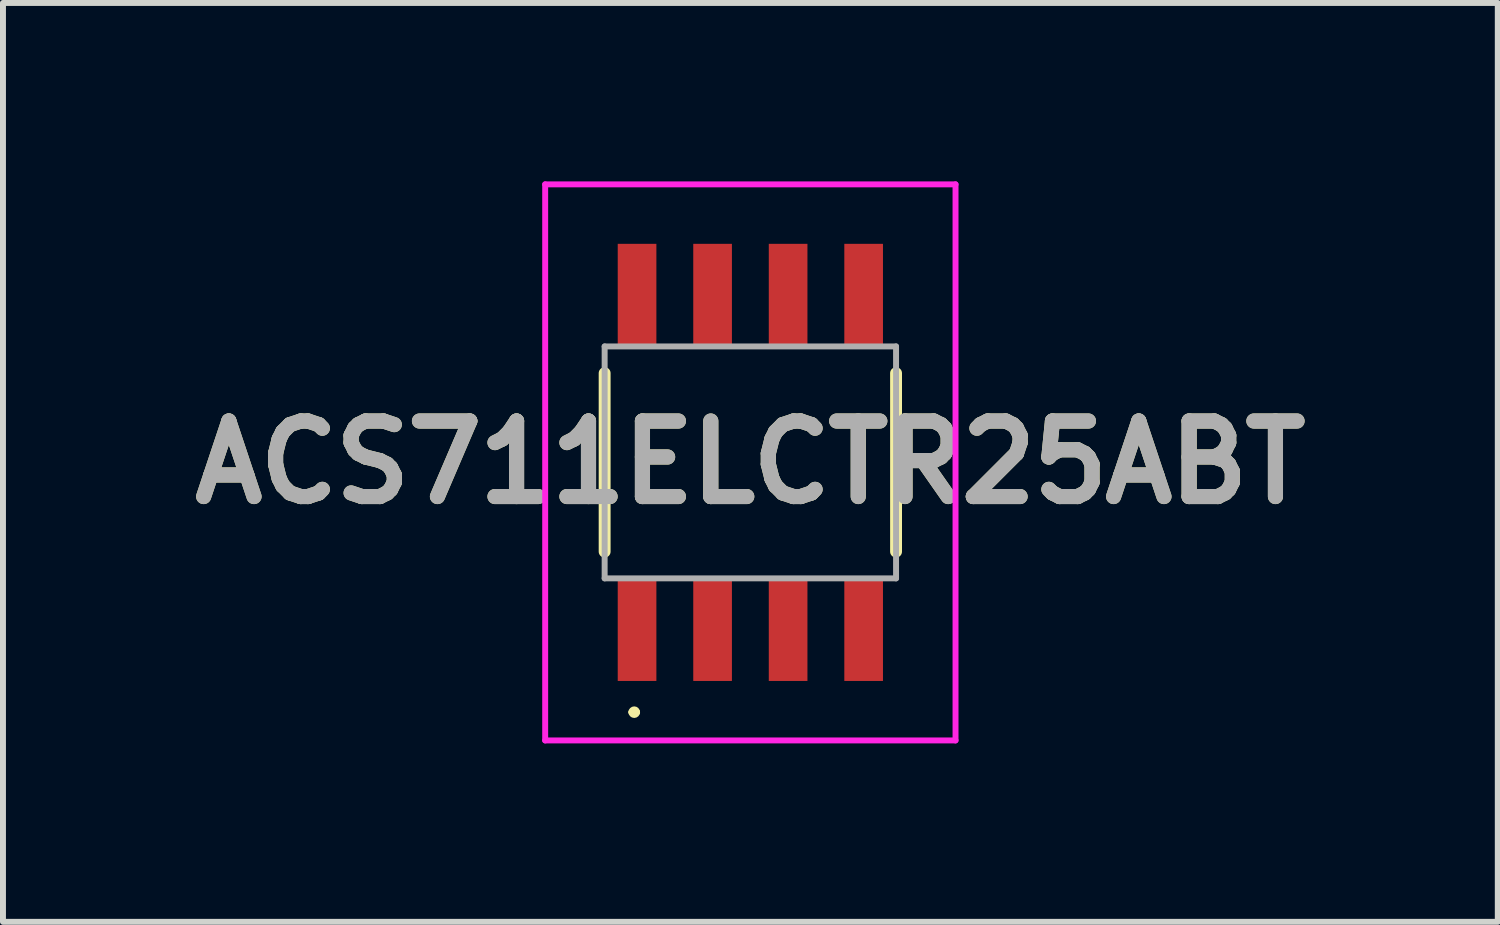
<source format=kicad_pcb>
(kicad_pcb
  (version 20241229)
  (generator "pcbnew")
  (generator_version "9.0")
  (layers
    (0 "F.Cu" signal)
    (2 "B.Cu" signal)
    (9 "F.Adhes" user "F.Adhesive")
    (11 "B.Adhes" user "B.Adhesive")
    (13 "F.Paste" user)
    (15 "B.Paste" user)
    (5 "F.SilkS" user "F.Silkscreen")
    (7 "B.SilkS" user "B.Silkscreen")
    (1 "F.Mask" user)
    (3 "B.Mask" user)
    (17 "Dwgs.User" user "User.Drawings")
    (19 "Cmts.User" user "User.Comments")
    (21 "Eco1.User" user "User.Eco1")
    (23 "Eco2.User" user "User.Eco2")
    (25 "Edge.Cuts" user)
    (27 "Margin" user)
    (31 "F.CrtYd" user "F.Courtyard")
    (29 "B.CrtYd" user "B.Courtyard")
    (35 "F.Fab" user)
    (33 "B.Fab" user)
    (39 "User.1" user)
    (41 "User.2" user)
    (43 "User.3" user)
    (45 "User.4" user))
  (footprint "ACS711ELCTR25ABT"
    (layer "F.Cu")
    (at 9.567 4.725)
    (property "Reference" "ACS711ELCTR25ABT" (at 0 0 0) (layer "F.SilkS") (effects (font (size 1.27 1.27) (thickness 0.254))))
    (attr smd)
    (fp_line (start -2.45 -1.5) (end -2.45 1.5) (stroke (width 0.2) (type solid)) (layer "F.SilkS"))
    (fp_line (start -2 4.2) (end -2 4.2) (stroke (width 0.1) (type solid)) (layer "F.SilkS"))
    (fp_line (start -1.905 4.2) (end -1.905 4.2) (stroke (width 0.1) (type solid)) (layer "F.SilkS"))
    (fp_line (start 2.45 -1.5) (end 2.45 1.5) (stroke (width 0.2) (type solid)) (layer "F.SilkS"))
    (fp_arc (start -2 4.2) (mid -1.9525 4.1525) (end -1.905 4.2) (stroke (width 0.1) (type solid)) (layer "F.SilkS"))
    (fp_arc (start -1.905 4.2) (mid -1.9525 4.2475) (end -2 4.2) (stroke (width 0.1) (type solid)) (layer "F.SilkS"))
    (fp_line (start -3.45 -4.675) (end 3.45 -4.675) (stroke (width 0.1) (type solid)) (layer "F.CrtYd"))
    (fp_line (start -3.45 4.675) (end -3.45 -4.675) (stroke (width 0.1) (type solid)) (layer "F.CrtYd"))
    (fp_line (start 3.45 -4.675) (end 3.45 4.675) (stroke (width 0.1) (type solid)) (layer "F.CrtYd"))
    (fp_line (start 3.45 4.675) (end -3.45 4.675) (stroke (width 0.1) (type solid)) (layer "F.CrtYd"))
    (fp_line (start -2.45 -1.95) (end 2.45 -1.95) (stroke (width 0.1) (type solid)) (layer "F.Fab"))
    (fp_line (start -2.45 1.95) (end -2.45 -1.95) (stroke (width 0.1) (type solid)) (layer "F.Fab"))
    (fp_line (start 2.45 -1.95) (end 2.45 1.95) (stroke (width 0.1) (type solid)) (layer "F.Fab"))
    (fp_line (start 2.45 1.95) (end -2.45 1.95) (stroke (width 0.1) (type solid)) (layer "F.Fab"))
    (fp_text user "${REFERENCE}" (at 0 0 0) (layer "F.Fab") (effects (font (size 1.27 1.27) (thickness 0.254))))
    (pad "1" smd rect (at -1.905 2.8) (size 0.65 1.75) (layers "F.Cu" "F.Mask" "F.Paste"))
    (pad "2" smd rect (at -0.635 2.8) (size 0.65 1.75) (layers "F.Cu" "F.Mask" "F.Paste"))
    (pad "3" smd rect (at 0.635 2.8) (size 0.65 1.75) (layers "F.Cu" "F.Mask" "F.Paste"))
    (pad "4" smd rect (at 1.905 2.8) (size 0.65 1.75) (layers "F.Cu" "F.Mask" "F.Paste"))
    (pad "5" smd rect (at 1.905 -2.8) (size 0.65 1.75) (layers "F.Cu" "F.Mask" "F.Paste"))
    (pad "6" smd rect (at 0.635 -2.8) (size 0.65 1.75) (layers "F.Cu" "F.Mask" "F.Paste"))
    (pad "7" smd rect (at -0.635 -2.8) (size 0.65 1.75) (layers "F.Cu" "F.Mask" "F.Paste"))
    (pad "8" smd rect (at -1.905 -2.8) (size 0.65 1.75) (layers "F.Cu" "F.Mask" "F.Paste")))
  (gr_rect
    (start -3 -3)
    (end 22.135 12.45)
    (stroke (width 0.1) (type default))
    (fill no)
    (layer "Edge.Cuts")))
</source>
